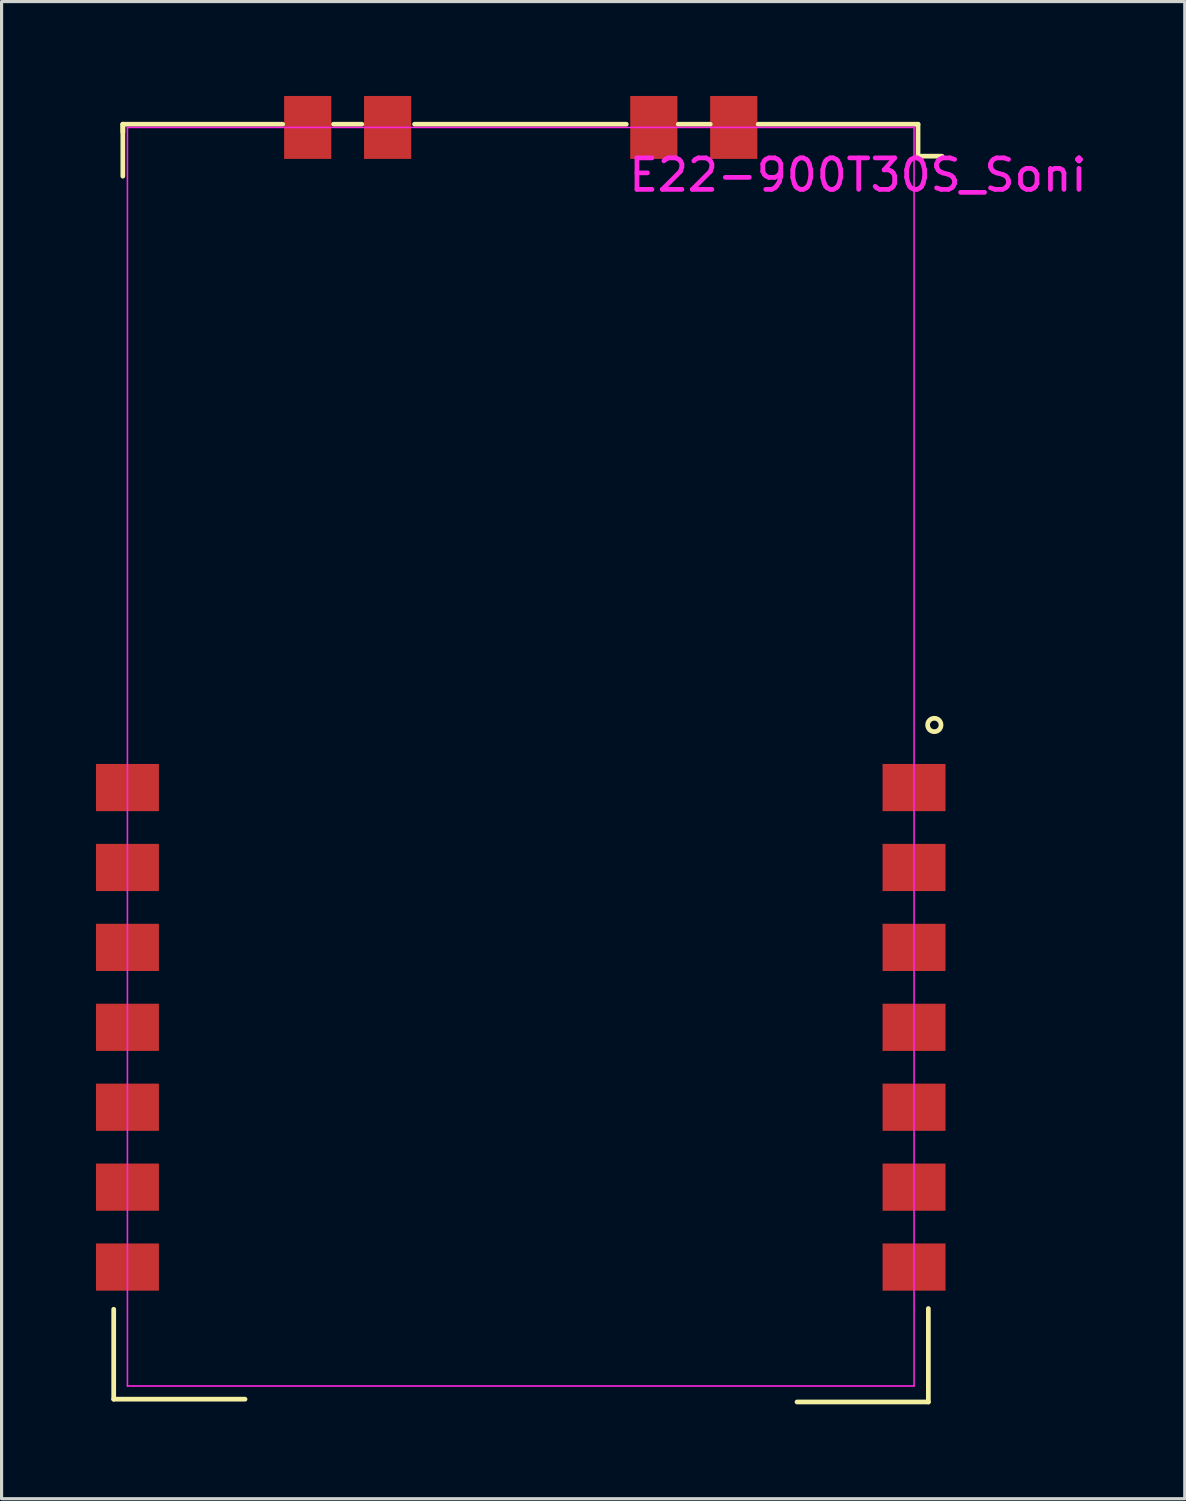
<source format=kicad_pcb>
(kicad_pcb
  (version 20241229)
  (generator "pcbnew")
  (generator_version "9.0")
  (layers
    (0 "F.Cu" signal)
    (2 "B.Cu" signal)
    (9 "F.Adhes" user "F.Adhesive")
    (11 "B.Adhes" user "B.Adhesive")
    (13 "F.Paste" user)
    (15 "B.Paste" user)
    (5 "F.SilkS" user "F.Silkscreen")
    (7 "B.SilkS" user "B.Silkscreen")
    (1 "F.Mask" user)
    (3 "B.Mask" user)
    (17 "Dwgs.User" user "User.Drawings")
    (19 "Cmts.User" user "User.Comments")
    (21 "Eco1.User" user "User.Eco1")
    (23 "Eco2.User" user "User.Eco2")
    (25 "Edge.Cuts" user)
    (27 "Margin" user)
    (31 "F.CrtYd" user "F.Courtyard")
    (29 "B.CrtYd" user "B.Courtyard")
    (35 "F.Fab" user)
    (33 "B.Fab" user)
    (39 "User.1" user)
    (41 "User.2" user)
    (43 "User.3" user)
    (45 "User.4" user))
  (footprint "E22-900T30S_Soni"
    (layer "F.Cu")
    (at 13.3 20.71)
    (property "Reference" "E22-900T30S_Soni" (at 10.917 -18.197 0) (layer "F.CrtYd") (effects (font (size 1 1) (thickness 0.15))))
    (attr smd)
    (fp_line (start -12.736 17.851) (end -12.736 20.709) (stroke (width 0.15) (type solid)) (layer "F.SilkS"))
    (fp_line (start -12.446 -19.812) (end -12.446 -18.161) (stroke (width 0.15) (type solid)) (layer "F.SilkS"))
    (fp_line (start -12.446 -19.812) (end -7.366 -19.812) (stroke (width 0.15) (type solid)) (layer "F.SilkS"))
    (fp_line (start -12.446 -19.558) (end -12.446 -19.812) (stroke (width 0.15) (type solid)) (layer "F.SilkS"))
    (fp_line (start -8.562 20.709) (end -12.736 20.709) (stroke (width 0.15) (type solid)) (layer "F.SilkS"))
    (fp_line (start -5.75 -19.812) (end -4.85 -19.812) (stroke (width 0.15) (type solid)) (layer "F.SilkS"))
    (fp_line (start -3.175 -19.812) (end 3.556 -19.812) (stroke (width 0.15) (type solid)) (layer "F.SilkS"))
    (fp_line (start 5.207 -19.812) (end 6.223 -19.812) (stroke (width 0.15) (type solid)) (layer "F.SilkS"))
    (fp_line (start 7.747 -19.812) (end 12.827 -19.812) (stroke (width 0.15) (type solid)) (layer "F.SilkS"))
    (fp_line (start 12.827 -19.812) (end 12.827 -18.796) (stroke (width 0.15) (type solid)) (layer "F.SilkS"))
    (fp_line (start 12.827 -18.796) (end 13.589 -18.796) (stroke (width 0.15) (type solid)) (layer "F.SilkS"))
    (fp_line (start 13.155 17.828) (end 13.155 20.798) (stroke (width 0.15) (type solid)) (layer "F.SilkS"))
    (fp_line (start 13.155 20.798) (end 8.981 20.798) (stroke (width 0.15) (type solid)) (layer "F.SilkS"))
    (fp_circle (center 13.345 -0.719) (end 13.299 -0.511) (stroke (width 0.15) (type solid)) (fill no) (layer "F.SilkS"))
    (fp_line (start -12.3 -19.71) (end -12.3 20.29) (stroke (width 0.05) (type solid)) (layer "F.CrtYd"))
    (fp_line (start 12.7 -19.71) (end -12.3 -19.71) (stroke (width 0.05) (type solid)) (layer "F.CrtYd"))
    (fp_line (start 12.7 -19.71) (end 12.7 20.29) (stroke (width 0.05) (type solid)) (layer "F.CrtYd"))
    (fp_line (start 12.7 20.29) (end -12.3 20.29) (stroke (width 0.05) (type solid)) (layer "F.CrtYd"))
    (pad "1" smd rect (at 12.7 1.27 180) (size 2 1.5) (layers "F.Cu" "F.Mask" "F.Paste"))
    (pad "2" smd rect (at 12.7 3.81 180) (size 2 1.5) (layers "F.Cu" "F.Mask" "F.Paste"))
    (pad "3" smd rect (at 12.7 6.35 180) (size 2 1.5) (layers "F.Cu" "F.Mask" "F.Paste"))
    (pad "4" smd rect (at 12.7 8.89 180) (size 2 1.5) (layers "F.Cu" "F.Mask" "F.Paste"))
    (pad "5" smd rect (at 12.7 11.43 180) (size 2 1.5) (layers "F.Cu" "F.Mask" "F.Paste"))
    (pad "6" smd rect (at 12.7 13.97 180) (size 2 1.5) (layers "F.Cu" "F.Mask" "F.Paste"))
    (pad "7" smd rect (at 12.7 16.51 180) (size 2 1.5) (layers "F.Cu" "F.Mask" "F.Paste"))
    (pad "8" smd rect (at -12.3 16.51 180) (size 2 1.5) (layers "F.Cu" "F.Mask" "F.Paste"))
    (pad "9" smd rect (at -12.3 13.97 180) (size 2 1.5) (layers "F.Cu" "F.Mask" "F.Paste"))
    (pad "10" smd rect (at -12.3 11.43 180) (size 2 1.5) (layers "F.Cu" "F.Mask" "F.Paste"))
    (pad "11" smd rect (at -12.3 8.89 180) (size 2 1.5) (layers "F.Cu" "F.Mask" "F.Paste"))
    (pad "12" smd rect (at -12.3 6.35 180) (size 2 1.5) (layers "F.Cu" "F.Mask" "F.Paste"))
    (pad "13" smd rect (at -12.3 3.81 180) (size 2 1.5) (layers "F.Cu" "F.Mask" "F.Paste"))
    (pad "14" smd rect (at -12.3 1.27 180) (size 2 1.5) (layers "F.Cu" "F.Mask" "F.Paste"))
    (pad "15" smd rect (at -6.57 -19.71 270) (size 2 1.5) (layers "F.Cu" "F.Mask" "F.Paste"))
    (pad "16" smd rect (at -4.03 -19.71 270) (size 2 1.5) (layers "F.Cu" "F.Mask" "F.Paste"))
    (pad "17" smd rect (at 4.43 -19.71 270) (size 2 1.5) (layers "F.Cu" "F.Mask" "F.Paste"))
    (pad "18" smd rect (at 6.97 -19.71 270) (size 2 1.5) (layers "F.Cu" "F.Mask" "F.Paste")))
  (gr_rect
    (start -3 -3)
    (end 34.604 44.583)
    (stroke (width 0.1) (type default))
    (fill no)
    (layer "Edge.Cuts")))
</source>
